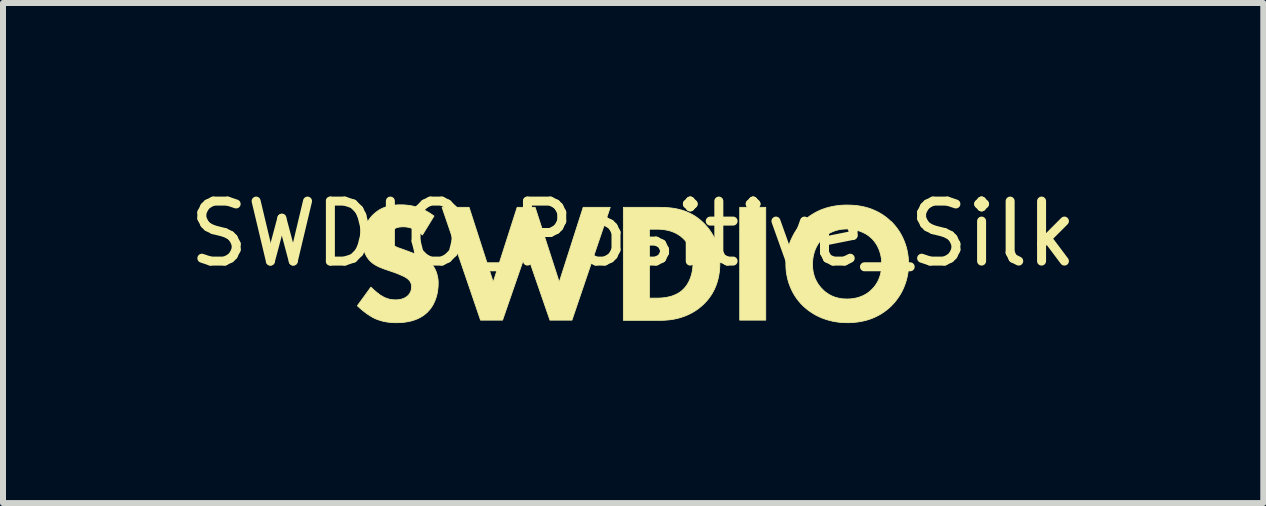
<source format=kicad_pcb>
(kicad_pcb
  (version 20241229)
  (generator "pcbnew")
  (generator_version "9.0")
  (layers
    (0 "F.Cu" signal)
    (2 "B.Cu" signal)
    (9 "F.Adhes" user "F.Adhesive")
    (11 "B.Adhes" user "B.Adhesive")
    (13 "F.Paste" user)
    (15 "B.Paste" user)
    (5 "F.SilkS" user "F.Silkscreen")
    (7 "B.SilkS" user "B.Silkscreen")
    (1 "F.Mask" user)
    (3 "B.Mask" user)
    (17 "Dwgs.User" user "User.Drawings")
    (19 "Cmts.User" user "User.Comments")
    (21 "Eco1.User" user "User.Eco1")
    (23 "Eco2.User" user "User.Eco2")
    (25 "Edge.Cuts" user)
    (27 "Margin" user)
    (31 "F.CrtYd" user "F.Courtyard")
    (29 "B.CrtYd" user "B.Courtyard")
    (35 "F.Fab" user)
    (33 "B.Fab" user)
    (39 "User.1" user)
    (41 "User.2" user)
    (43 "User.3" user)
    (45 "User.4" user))
  (footprint "SWDIO_Positive_Silk"
    (layer "F.Cu")
    (at 7.506 1.348)
    (property "Reference" "SWDIO_Positive_Silk" (at 0 -0.5 0) (unlocked yes) (layer "F.SilkS") (effects (font (size 1 1) (thickness 0.15))))
    (fp_poly (pts (xy 2.211 0.94) (xy 1.777 0.94) (xy 1.777 -0.941) (xy 2.211 -0.941)) (stroke (width 0.013) (type solid)) (fill yes) (layer "F.SilkS"))
    (fp_poly (pts (xy -2.333 0.305) (xy -1.934 -0.941) (xy -1.634 -0.941) (xy -1.232 0.305) (xy -0.833 -0.941) (xy -0.382 -0.941) (xy -1.02 0.94) (xy -1.387 0.94) (xy -1.782 -0.203) (xy -2.177 0.94) (xy -2.544 0.94) (xy -3.186 -0.941) (xy -2.735 -0.941)) (stroke (width 0.013) (type solid)) (fill yes) (layer "F.SilkS"))
    (fp_poly (pts (xy 0.48 -0.94) (xy 0.526 -0.939) (xy 0.574 -0.936) (xy 0.621 -0.932) (xy 0.668 -0.926) (xy 0.716 -0.918) (xy 0.763 -0.907) (xy 0.81 -0.895) (xy 0.857 -0.88) (xy 0.904 -0.861) (xy 0.95 -0.84) (xy 0.996 -0.816) (xy 1.042 -0.788) (xy 1.086 -0.756) (xy 1.131 -0.72) (xy 1.174 -0.68) (xy 1.204 -0.649) (xy 1.233 -0.616) (xy 1.261 -0.582) (xy 1.286 -0.547) (xy 1.31 -0.51) (xy 1.333 -0.472) (xy 1.353 -0.433) (xy 1.372 -0.392) (xy 1.389 -0.349) (xy 1.403 -0.305) (xy 1.416 -0.259) (xy 1.426 -0.212) (xy 1.435 -0.163) (xy 1.441 -0.112) (xy 1.444 -0.06) (xy 1.446 -0.006) (xy 1.444 0.048) (xy 1.441 0.101) (xy 1.435 0.151) (xy 1.427 0.2) (xy 1.417 0.247) (xy 1.405 0.293) (xy 1.391 0.337) (xy 1.375 0.379) (xy 1.357 0.42) (xy 1.338 0.459) (xy 1.317 0.496) (xy 1.294 0.532) (xy 1.269 0.567) (xy 1.244 0.6) (xy 1.216 0.631) (xy 1.188 0.661) (xy 1.163 0.685) (xy 1.138 0.707) (xy 1.088 0.748) (xy 1.036 0.784) (xy 0.984 0.815) (xy 0.932 0.842) (xy 0.88 0.865) (xy 0.828 0.884) (xy 0.778 0.9) (xy 0.729 0.913) (xy 0.681 0.923) (xy 0.635 0.93) (xy 0.592 0.936) (xy 0.551 0.939) (xy 0.513 0.942) (xy 0.447 0.943) (xy -0.163 0.943) (xy -0.163 0.573) (xy 0.271 0.573) (xy 0.387 0.573) (xy 0.426 0.572) (xy 0.473 0.57) (xy 0.499 0.567) (xy 0.526 0.564) (xy 0.554 0.56) (xy 0.583 0.554) (xy 0.613 0.547) (xy 0.643 0.539) (xy 0.673 0.528) (xy 0.702 0.516) (xy 0.731 0.502) (xy 0.746 0.494) (xy 0.76 0.486) (xy 0.774 0.477) (xy 0.788 0.467) (xy 0.801 0.457) (xy 0.814 0.446) (xy 0.833 0.429) (xy 0.851 0.41) (xy 0.869 0.39) (xy 0.886 0.368) (xy 0.902 0.345) (xy 0.917 0.319) (xy 0.931 0.293) (xy 0.944 0.265) (xy 0.956 0.235) (xy 0.966 0.204) (xy 0.976 0.171) (xy 0.983 0.138) (xy 0.989 0.103) (xy 0.994 0.067) (xy 0.997 0.029) (xy 0.998 -0.009) (xy 0.997 -0.047) (xy 0.994 -0.083) (xy 0.99 -0.118) (xy 0.984 -0.15) (xy 0.976 -0.181) (xy 0.968 -0.21) (xy 0.958 -0.237) (xy 0.948 -0.262) (xy 0.936 -0.286) (xy 0.924 -0.309) (xy 0.911 -0.33) (xy 0.898 -0.35) (xy 0.884 -0.368) (xy 0.87 -0.385) (xy 0.856 -0.401) (xy 0.842 -0.415) (xy 0.829 -0.428) (xy 0.815 -0.44) (xy 0.788 -0.463) (xy 0.759 -0.482) (xy 0.73 -0.5) (xy 0.701 -0.515) (xy 0.671 -0.528) (xy 0.641 -0.54) (xy 0.611 -0.549) (xy 0.581 -0.557) (xy 0.551 -0.563) (xy 0.522 -0.568) (xy 0.494 -0.572) (xy 0.466 -0.574) (xy 0.438 -0.576) (xy 0.387 -0.577) (xy 0.271 -0.577) (xy 0.271 0.569) (xy 0.271 0.573) (xy -0.163 0.573) (xy -0.163 -0.941) (xy 0.433 -0.941)) (stroke (width 0.013) (type solid)) (fill yes) (layer "F.SilkS"))
    (fp_poly (pts (xy 3.627 -0.978) (xy 3.68 -0.975) (xy 3.733 -0.97) (xy 3.784 -0.962) (xy 3.833 -0.953) (xy 3.882 -0.941) (xy 3.93 -0.927) (xy 3.976 -0.911) (xy 4.021 -0.892) (xy 4.065 -0.872) (xy 4.107 -0.849) (xy 4.148 -0.825) (xy 4.188 -0.798) (xy 4.227 -0.769) (xy 4.264 -0.738) (xy 4.3 -0.704) (xy 4.3 -0.708) (xy 4.332 -0.675) (xy 4.363 -0.64) (xy 4.392 -0.603) (xy 4.42 -0.565) (xy 4.446 -0.525) (xy 4.47 -0.484) (xy 4.492 -0.441) (xy 4.512 -0.397) (xy 4.53 -0.351) (xy 4.546 -0.305) (xy 4.56 -0.257) (xy 4.571 -0.207) (xy 4.58 -0.157) (xy 4.587 -0.105) (xy 4.591 -0.052) (xy 4.592 0.001) (xy 4.591 0.048) (xy 4.588 0.095) (xy 4.583 0.142) (xy 4.575 0.189) (xy 4.565 0.236) (xy 4.553 0.282) (xy 4.538 0.328) (xy 4.521 0.374) (xy 4.502 0.419) (xy 4.481 0.463) (xy 4.457 0.506) (xy 4.43 0.548) (xy 4.401 0.59) (xy 4.37 0.63) (xy 4.336 0.669) (xy 4.3 0.707) (xy 4.266 0.738) (xy 4.231 0.767) (xy 4.194 0.795) (xy 4.156 0.821) (xy 4.116 0.846) (xy 4.075 0.868) (xy 4.032 0.889) (xy 3.988 0.908) (xy 3.942 0.925) (xy 3.894 0.94) (xy 3.845 0.952) (xy 3.794 0.963) (xy 3.741 0.971) (xy 3.687 0.977) (xy 3.631 0.981) (xy 3.573 0.982) (xy 3.508 0.98) (xy 3.446 0.976) (xy 3.386 0.968) (xy 3.329 0.958) (xy 3.275 0.945) (xy 3.223 0.93) (xy 3.173 0.913) (xy 3.127 0.895) (xy 3.082 0.874) (xy 3.04 0.853) (xy 3.001 0.83) (xy 2.964 0.806) (xy 2.929 0.782) (xy 2.897 0.757) (xy 2.867 0.732) (xy 2.839 0.707) (xy 2.806 0.674) (xy 2.775 0.639) (xy 2.745 0.603) (xy 2.717 0.565) (xy 2.691 0.525) (xy 2.667 0.484) (xy 2.645 0.441) (xy 2.625 0.397) (xy 2.607 0.352) (xy 2.591 0.306) (xy 2.578 0.258) (xy 2.567 0.21) (xy 2.558 0.16) (xy 2.551 0.11) (xy 2.548 0.06) (xy 2.546 0.008) (xy 2.991 0.008) (xy 2.991 0.04) (xy 2.993 0.071) (xy 2.997 0.102) (xy 3.001 0.132) (xy 3.007 0.16) (xy 3.015 0.188) (xy 3.023 0.216) (xy 3.033 0.242) (xy 3.045 0.268) (xy 3.058 0.294) (xy 3.072 0.318) (xy 3.087 0.342) (xy 3.104 0.365) (xy 3.123 0.388) (xy 3.142 0.41) (xy 3.164 0.432) (xy 3.186 0.453) (xy 3.209 0.472) (xy 3.233 0.489) (xy 3.257 0.505) (xy 3.281 0.519) (xy 3.305 0.532) (xy 3.33 0.543) (xy 3.355 0.553) (xy 3.381 0.561) (xy 3.407 0.568) (xy 3.433 0.574) (xy 3.459 0.579) (xy 3.485 0.583) (xy 3.512 0.585) (xy 3.539 0.586) (xy 3.566 0.587) (xy 3.601 0.586) (xy 3.635 0.584) (xy 3.667 0.58) (xy 3.699 0.574) (xy 3.729 0.568) (xy 3.758 0.56) (xy 3.786 0.55) (xy 3.812 0.54) (xy 3.838 0.529) (xy 3.862 0.516) (xy 3.885 0.503) (xy 3.907 0.489) (xy 3.927 0.474) (xy 3.947 0.458) (xy 3.965 0.442) (xy 3.982 0.425) (xy 3.996 0.411) (xy 4.01 0.395) (xy 4.025 0.378) (xy 4.039 0.359) (xy 4.052 0.339) (xy 4.066 0.317) (xy 4.079 0.294) (xy 4.091 0.269) (xy 4.102 0.242) (xy 4.112 0.214) (xy 4.117 0.199) (xy 4.122 0.183) (xy 4.126 0.167) (xy 4.129 0.151) (xy 4.133 0.135) (xy 4.136 0.117) (xy 4.138 0.1) (xy 4.14 0.082) (xy 4.142 0.063) (xy 4.143 0.044) (xy 4.144 0.025) (xy 4.144 0.005) (xy 4.143 -0.031) (xy 4.141 -0.066) (xy 4.137 -0.099) (xy 4.131 -0.131) (xy 4.124 -0.162) (xy 4.115 -0.192) (xy 4.106 -0.221) (xy 4.095 -0.248) (xy 4.083 -0.274) (xy 4.071 -0.299) (xy 4.057 -0.322) (xy 4.043 -0.344) (xy 4.028 -0.365) (xy 4.013 -0.384) (xy 3.998 -0.402) (xy 3.982 -0.419) (xy 3.964 -0.435) (xy 3.945 -0.452) (xy 3.924 -0.468) (xy 3.903 -0.483) (xy 3.88 -0.497) (xy 3.856 -0.51) (xy 3.83 -0.523) (xy 3.804 -0.534) (xy 3.777 -0.544) (xy 3.749 -0.554) (xy 3.72 -0.562) (xy 3.691 -0.568) (xy 3.66 -0.574) (xy 3.63 -0.578) (xy 3.598 -0.58) (xy 3.566 -0.581) (xy 3.534 -0.58) (xy 3.503 -0.578) (xy 3.472 -0.575) (xy 3.443 -0.57) (xy 3.414 -0.564) (xy 3.386 -0.556) (xy 3.359 -0.548) (xy 3.333 -0.538) (xy 3.308 -0.527) (xy 3.283 -0.515) (xy 3.259 -0.502) (xy 3.236 -0.487) (xy 3.214 -0.472) (xy 3.193 -0.455) (xy 3.173 -0.437) (xy 3.153 -0.419) (xy 3.157 -0.419) (xy 3.141 -0.403) (xy 3.126 -0.386) (xy 3.111 -0.368) (xy 3.096 -0.348) (xy 3.082 -0.327) (xy 3.068 -0.304) (xy 3.055 -0.28) (xy 3.043 -0.254) (xy 3.032 -0.227) (xy 3.022 -0.198) (xy 3.013 -0.167) (xy 3.005 -0.135) (xy 3.002 -0.119) (xy 2.999 -0.102) (xy 2.997 -0.084) (xy 2.995 -0.067) (xy 2.993 -0.048) (xy 2.992 -0.03) (xy 2.991 -0.011) (xy 2.991 0.008) (xy 2.546 0.008) (xy 2.548 -0.043) (xy 2.552 -0.094) (xy 2.558 -0.145) (xy 2.568 -0.195) (xy 2.579 -0.245) (xy 2.593 -0.293) (xy 2.609 -0.341) (xy 2.627 -0.388) (xy 2.648 -0.433) (xy 2.67 -0.477) (xy 2.693 -0.519) (xy 2.719 -0.56) (xy 2.746 -0.599) (xy 2.774 -0.636) (xy 2.804 -0.671) (xy 2.835 -0.704) (xy 2.861 -0.728) (xy 2.888 -0.753) (xy 2.918 -0.777) (xy 2.951 -0.801) (xy 2.987 -0.824) (xy 3.025 -0.847) (xy 3.066 -0.869) (xy 3.11 -0.89) (xy 3.157 -0.909) (xy 3.207 -0.926) (xy 3.233 -0.934) (xy 3.26 -0.941) (xy 3.288 -0.948) (xy 3.316 -0.954) (xy 3.345 -0.96) (xy 3.375 -0.965) (xy 3.406 -0.969) (xy 3.438 -0.973) (xy 3.47 -0.976) (xy 3.504 -0.978) (xy 3.538 -0.979) (xy 3.573 -0.979)) (stroke (width 0.013) (type solid)) (fill yes) (layer "F.SilkS"))
    (fp_poly (pts (xy -3.825 -0.982) (xy -3.797 -0.98) (xy -3.766 -0.977) (xy -3.735 -0.973) (xy -3.702 -0.968) (xy -3.668 -0.961) (xy -3.632 -0.952) (xy -3.596 -0.941) (xy -3.559 -0.928) (xy -3.52 -0.913) (xy -3.481 -0.895) (xy -3.442 -0.875) (xy -3.402 -0.852) (xy -3.361 -0.825) (xy -3.32 -0.796) (xy -3.514 -0.479) (xy -3.514 -0.482) (xy -3.541 -0.504) (xy -3.566 -0.524) (xy -3.591 -0.542) (xy -3.616 -0.557) (xy -3.639 -0.569) (xy -3.662 -0.58) (xy -3.684 -0.589) (xy -3.705 -0.597) (xy -3.725 -0.603) (xy -3.744 -0.607) (xy -3.762 -0.611) (xy -3.778 -0.613) (xy -3.794 -0.615) (xy -3.808 -0.616) (xy -3.832 -0.616) (xy -3.855 -0.616) (xy -3.867 -0.615) (xy -3.879 -0.614) (xy -3.891 -0.613) (xy -3.903 -0.611) (xy -3.916 -0.609) (xy -3.928 -0.606) (xy -3.94 -0.602) (xy -3.952 -0.598) (xy -3.963 -0.592) (xy -3.974 -0.586) (xy -3.985 -0.579) (xy -3.996 -0.572) (xy -4.001 -0.567) (xy -4.006 -0.563) (xy -4.011 -0.558) (xy -4.015 -0.553) (xy -4.021 -0.547) (xy -4.026 -0.541) (xy -4.03 -0.535) (xy -4.035 -0.529) (xy -4.039 -0.522) (xy -4.043 -0.515) (xy -4.047 -0.508) (xy -4.051 -0.501) (xy -4.054 -0.493) (xy -4.057 -0.485) (xy -4.059 -0.477) (xy -4.061 -0.468) (xy -4.063 -0.46) (xy -4.064 -0.451) (xy -4.065 -0.442) (xy -4.065 -0.433) (xy -4.065 -0.424) (xy -4.064 -0.416) (xy -4.063 -0.408) (xy -4.062 -0.401) (xy -4.061 -0.393) (xy -4.059 -0.386) (xy -4.057 -0.38) (xy -4.054 -0.373) (xy -4.051 -0.367) (xy -4.048 -0.361) (xy -4.045 -0.355) (xy -4.041 -0.349) (xy -4.037 -0.343) (xy -4.032 -0.338) (xy -4.028 -0.332) (xy -4.022 -0.327) (xy -4.014 -0.319) (xy -4.004 -0.312) (xy -3.995 -0.305) (xy -3.984 -0.299) (xy -3.973 -0.293) (xy -3.961 -0.287) (xy -3.948 -0.281) (xy -3.935 -0.275) (xy -3.92 -0.269) (xy -3.905 -0.263) (xy -3.87 -0.251) (xy -3.786 -0.221) (xy -3.645 -0.168) (xy -3.614 -0.156) (xy -3.581 -0.142) (xy -3.547 -0.127) (xy -3.531 -0.119) (xy -3.514 -0.11) (xy -3.497 -0.101) (xy -3.48 -0.092) (xy -3.464 -0.082) (xy -3.448 -0.071) (xy -3.432 -0.06) (xy -3.417 -0.049) (xy -3.402 -0.036) (xy -3.388 -0.023) (xy -3.368 -0.003) (xy -3.35 0.017) (xy -3.334 0.039) (xy -3.32 0.06) (xy -3.307 0.082) (xy -3.296 0.105) (xy -3.286 0.127) (xy -3.278 0.15) (xy -3.271 0.173) (xy -3.265 0.195) (xy -3.26 0.218) (xy -3.256 0.24) (xy -3.253 0.262) (xy -3.251 0.284) (xy -3.25 0.305) (xy -3.25 0.326) (xy -3.251 0.362) (xy -3.253 0.397) (xy -3.257 0.432) (xy -3.262 0.466) (xy -3.268 0.499) (xy -3.276 0.531) (xy -3.285 0.563) (xy -3.296 0.593) (xy -3.307 0.622) (xy -3.32 0.65) (xy -3.333 0.677) (xy -3.348 0.703) (xy -3.364 0.727) (xy -3.38 0.75) (xy -3.398 0.772) (xy -3.416 0.791) (xy -3.431 0.808) (xy -3.448 0.823) (xy -3.464 0.837) (xy -3.481 0.85) (xy -3.498 0.863) (xy -3.516 0.875) (xy -3.552 0.896) (xy -3.588 0.914) (xy -3.625 0.929) (xy -3.661 0.942) (xy -3.698 0.953) (xy -3.734 0.961) (xy -3.769 0.968) (xy -3.804 0.973) (xy -3.836 0.977) (xy -3.868 0.98) (xy -3.897 0.981) (xy -3.948 0.982) (xy -3.973 0.982) (xy -3.998 0.981) (xy -4.022 0.98) (xy -4.047 0.978) (xy -4.07 0.975) (xy -4.094 0.972) (xy -4.117 0.969) (xy -4.141 0.964) (xy -4.164 0.959) (xy -4.187 0.954) (xy -4.209 0.947) (xy -4.232 0.94) (xy -4.255 0.932) (xy -4.277 0.924) (xy -4.3 0.915) (xy -4.322 0.904) (xy -4.34 0.895) (xy -4.359 0.884) (xy -4.377 0.873) (xy -4.396 0.861) (xy -4.414 0.849) (xy -4.433 0.837) (xy -4.469 0.81) (xy -4.505 0.782) (xy -4.538 0.755) (xy -4.569 0.727) (xy -4.598 0.7) (xy -4.372 0.389) (xy -4.352 0.408) (xy -4.331 0.428) (xy -4.308 0.448) (xy -4.285 0.468) (xy -4.261 0.487) (xy -4.238 0.505) (xy -4.227 0.513) (xy -4.216 0.521) (xy -4.206 0.528) (xy -4.195 0.534) (xy -4.181 0.542) (xy -4.168 0.55) (xy -4.154 0.557) (xy -4.14 0.564) (xy -4.125 0.57) (xy -4.111 0.575) (xy -4.097 0.58) (xy -4.082 0.585) (xy -4.068 0.589) (xy -4.053 0.592) (xy -4.038 0.595) (xy -4.023 0.597) (xy -4.007 0.599) (xy -3.991 0.6) (xy -3.975 0.601) (xy -3.959 0.601) (xy -3.948 0.601) (xy -3.937 0.6) (xy -3.925 0.6) (xy -3.913 0.598) (xy -3.901 0.597) (xy -3.888 0.595) (xy -3.876 0.592) (xy -3.863 0.589) (xy -3.85 0.585) (xy -3.837 0.581) (xy -3.824 0.576) (xy -3.811 0.57) (xy -3.798 0.563) (xy -3.786 0.555) (xy -3.774 0.547) (xy -3.761 0.537) (xy -3.755 0.531) (xy -3.748 0.525) (xy -3.742 0.518) (xy -3.736 0.51) (xy -3.73 0.502) (xy -3.725 0.494) (xy -3.72 0.485) (xy -3.715 0.476) (xy -3.71 0.467) (xy -3.706 0.456) (xy -3.703 0.446) (xy -3.701 0.44) (xy -3.7 0.435) (xy -3.699 0.429) (xy -3.698 0.423) (xy -3.697 0.417) (xy -3.696 0.411) (xy -3.695 0.405) (xy -3.695 0.399) (xy -3.695 0.392) (xy -3.694 0.386) (xy -3.695 0.374) (xy -3.696 0.363) (xy -3.697 0.353) (xy -3.699 0.343) (xy -3.701 0.333) (xy -3.704 0.324) (xy -3.708 0.315) (xy -3.712 0.307) (xy -3.716 0.299) (xy -3.721 0.291) (xy -3.726 0.284) (xy -3.732 0.277) (xy -3.738 0.27) (xy -3.744 0.264) (xy -3.751 0.258) (xy -3.758 0.252) (xy -3.768 0.244) (xy -3.779 0.236) (xy -3.792 0.228) (xy -3.805 0.22) (xy -3.82 0.213) (xy -3.835 0.205) (xy -3.866 0.191) (xy -3.897 0.178) (xy -3.927 0.165) (xy -3.977 0.146) (xy -4.132 0.093) (xy -4.166 0.081) (xy -4.2 0.067) (xy -4.235 0.053) (xy -4.252 0.045) (xy -4.269 0.036) (xy -4.286 0.027) (xy -4.303 0.017) (xy -4.319 0.007) (xy -4.335 -0.004) (xy -4.35 -0.015) (xy -4.365 -0.028) (xy -4.379 -0.041) (xy -4.393 -0.055) (xy -4.41 -0.075) (xy -4.426 -0.096) (xy -4.44 -0.117) (xy -4.452 -0.138) (xy -4.463 -0.16) (xy -4.472 -0.181) (xy -4.48 -0.203) (xy -4.486 -0.225) (xy -4.492 -0.246) (xy -4.496 -0.267) (xy -4.5 -0.288) (xy -4.502 -0.308) (xy -4.504 -0.328) (xy -4.505 -0.347) (xy -4.506 -0.383) (xy -4.505 -0.415) (xy -4.503 -0.445) (xy -4.501 -0.476) (xy -4.496 -0.505) (xy -4.491 -0.534) (xy -4.484 -0.562) (xy -4.476 -0.59) (xy -4.467 -0.617) (xy -4.456 -0.643) (xy -4.444 -0.669) (xy -4.431 -0.694) (xy -4.417 -0.718) (xy -4.4 -0.742) (xy -4.383 -0.765) (xy -4.364 -0.788) (xy -4.344 -0.81) (xy -4.318 -0.834) (xy -4.292 -0.856) (xy -4.266 -0.876) (xy -4.239 -0.894) (xy -4.212 -0.91) (xy -4.184 -0.924) (xy -4.155 -0.936) (xy -4.127 -0.947) (xy -4.097 -0.956) (xy -4.067 -0.964) (xy -4.037 -0.97) (xy -4.006 -0.975) (xy -3.975 -0.979) (xy -3.943 -0.981) (xy -3.911 -0.983) (xy -3.878 -0.983)) (stroke (width 0.013) (type solid)) (fill yes) (layer "F.SilkS")))
  (gr_rect
    (start -3 -3)
    (end 18.012 5.337)
    (stroke (width 0.1) (type default))
    (fill no)
    (layer "Edge.Cuts")))
</source>
